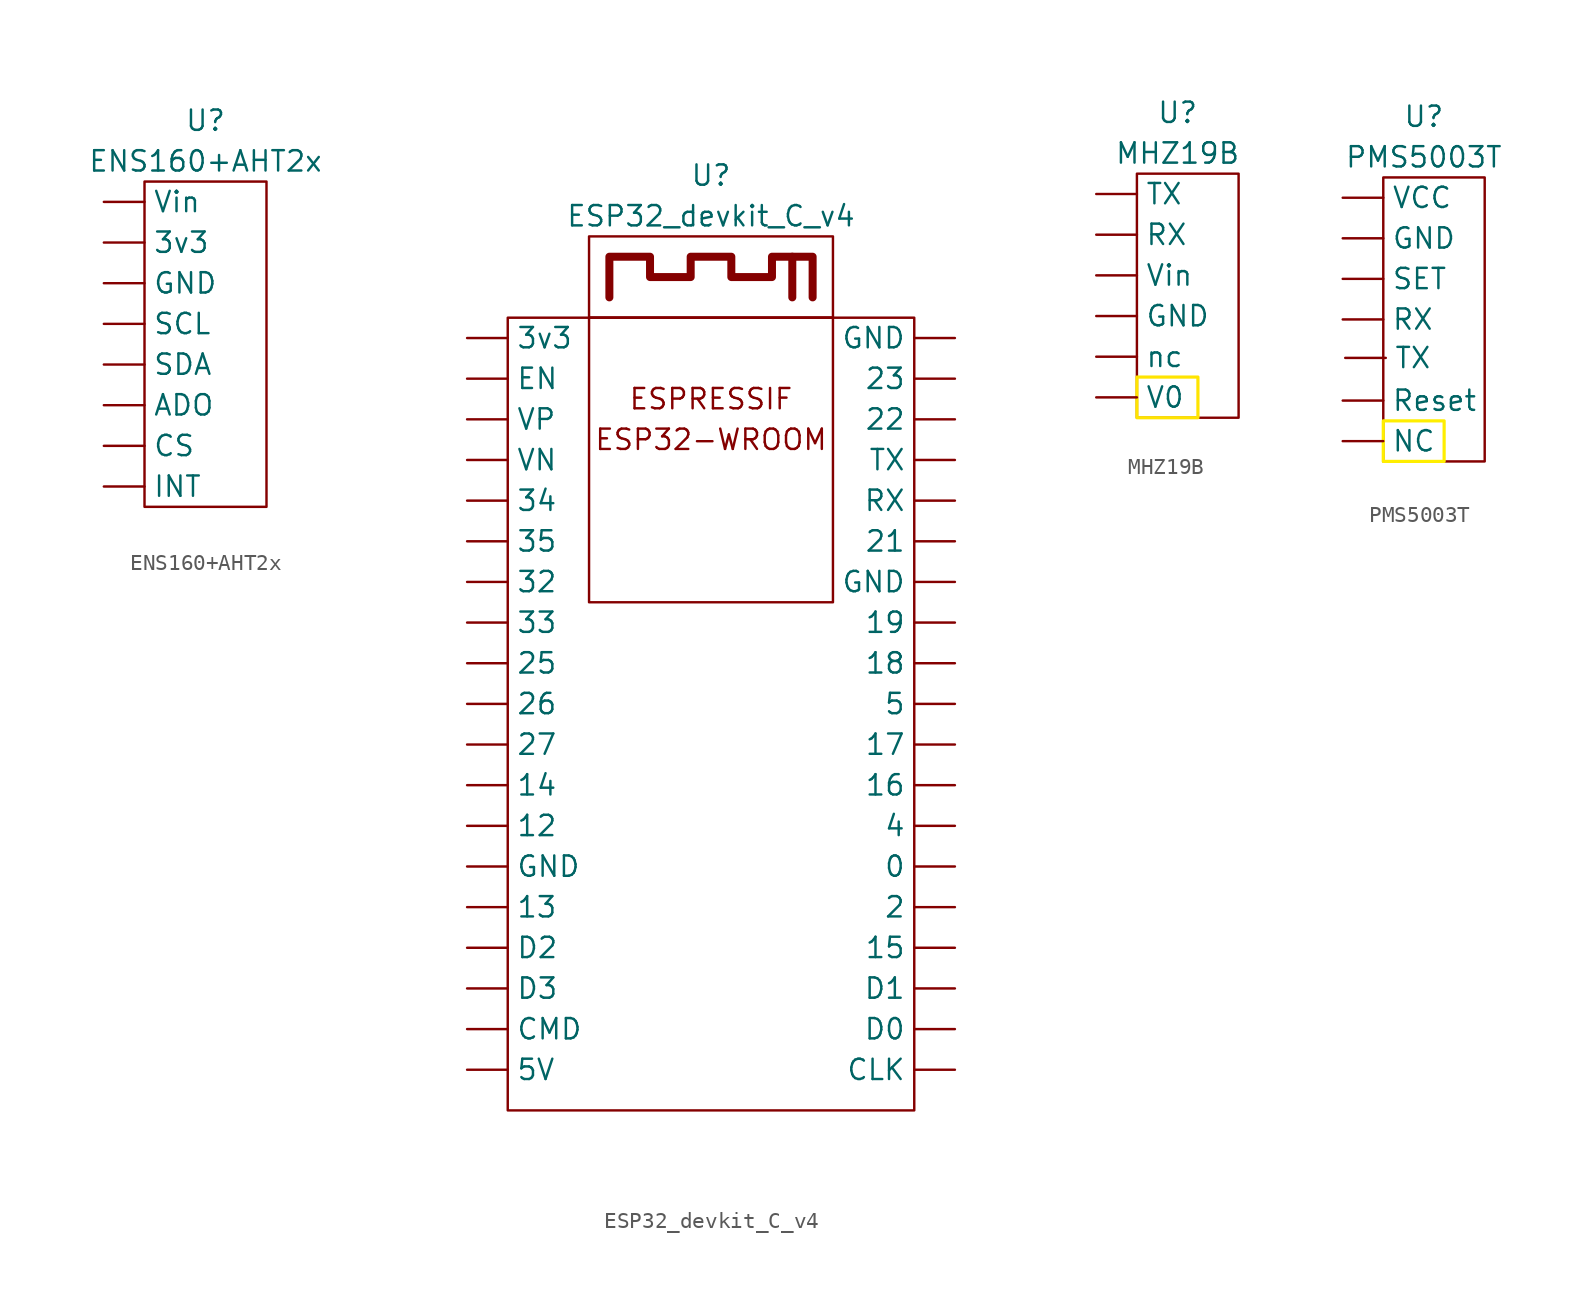
<source format=kicad_sym>
(kicad_symbol_lib
  (version 20220914)
  (generator kicad_symbol_editor)
  (symbol "ENS160+AHT2x"
    (property "Reference" "U"
      (at 0 13.97 0)
      (effects (font (size 1.27 1.27))))
    (property "Value" "ENS160+AHT2x"
      (at 0 11.43 0)
      (effects (font (size 1.27 1.27))))
    (symbol "ENS160+AHT2x_0_1"
      (rectangle (start -3.81 10.16) (end 3.81 -10.16) (stroke (width 0) (type default)) (fill (type none))))
    (symbol "ENS160+AHT2x_1_1"
      (pin input line (at -6.35 6.35 0) (length 2.54) (name "3v3" (effects (font (size 1.27 1.27)))) (number "" (effects (font (size 1.27 1.27)))))
      (pin input line (at -6.35 -3.81 0) (length 2.54) (name "ADO" (effects (font (size 1.27 1.27)))) (number "" (effects (font (size 1.27 1.27)))))
      (pin input line (at -6.35 -6.35 0) (length 2.54) (name "CS" (effects (font (size 1.27 1.27)))) (number "" (effects (font (size 1.27 1.27)))))
      (pin input line (at -6.35 3.81 0) (length 2.54) (name "GND" (effects (font (size 1.27 1.27)))) (number "" (effects (font (size 1.27 1.27)))))
      (pin input line (at -6.35 -8.89 0) (length 2.54) (name "INT" (effects (font (size 1.27 1.27)))) (number "" (effects (font (size 1.27 1.27)))))
      (pin input line (at -6.35 1.27 0) (length 2.54) (name "SCL" (effects (font (size 1.27 1.27)))) (number "" (effects (font (size 1.27 1.27)))))
      (pin input line (at -6.35 -1.27 0) (length 2.54) (name "SDA" (effects (font (size 1.27 1.27)))) (number "" (effects (font (size 1.27 1.27)))))
      (pin input line (at -6.35 8.89 0) (length 2.54) (name "Vin" (effects (font (size 1.27 1.27)))) (number "" (effects (font (size 1.27 1.27)))))))
  (symbol "ESP32_devkit_C_v4"
    (property "Reference" "U"
      (at 0 30.48 0)
      (effects (font (size 1.27 1.27))))
    (property "Value" "ESP32_devkit_C_v4"
      (at 0 27.94 0)
      (effects (font (size 1.27 1.27))))
    (symbol "ESP32_devkit_C_v4_0_1"
      (rectangle (start -12.7 21.59) (end 12.7 -27.94) (stroke (width 0) (type default)) (fill (type none)))
      (rectangle (start -7.62 21.59) (end 7.62 3.81) (stroke (width 0) (type default)) (fill (type none)))
      (rectangle (start -7.62 26.67) (end 7.62 21.59) (stroke (width 0) (type default)) (fill (type none))))
    (symbol "ESP32_devkit_C_v4_1_1"
      (polyline (pts (xy 5.08 25.4) (xy 6.35 25.4) (xy 6.35 22.86)) (stroke (width 0.5) (type default)) (fill (type none)))
      (polyline (pts (xy -6.35 22.86) (xy -6.35 25.4) (xy -3.81 25.4) (xy -3.81 24.13) (xy -1.27 24.13) (xy -1.27 25.4) (xy 1.27 25.4) (xy 1.27 24.13) (xy 3.81 24.13) (xy 3.81 25.4) (xy 5.08 25.4) (xy 5.08 22.86)) (stroke (width 0.5) (type default)) (fill (type none)))
      (text "ESP32-WROOM" (at 0 13.97 0) (effects (font (size 1.27 1.27))))
      (text "ESPRESSIF" (at 0 16.51 0) (effects (font (size 1.27 1.27))))
      (pin input line (at 15.24 -12.7 180) (length 2.54) (name "0" (effects (font (size 1.27 1.27)))) (number "" (effects (font (size 1.27 1.27)))))
      (pin input line (at -15.24 -10.16 0) (length 2.54) (name "12" (effects (font (size 1.27 1.27)))) (number "" (effects (font (size 1.27 1.27)))))
      (pin input line (at -15.24 -15.24 0) (length 2.54) (name "13" (effects (font (size 1.27 1.27)))) (number "" (effects (font (size 1.27 1.27)))))
      (pin input line (at -15.24 -7.62 0) (length 2.54) (name "14" (effects (font (size 1.27 1.27)))) (number "" (effects (font (size 1.27 1.27)))))
      (pin input line (at 15.24 -17.78 180) (length 2.54) (name "15" (effects (font (size 1.27 1.27)))) (number "" (effects (font (size 1.27 1.27)))))
      (pin input line (at 15.24 -7.62 180) (length 2.54) (name "16" (effects (font (size 1.27 1.27)))) (number "" (effects (font (size 1.27 1.27)))))
      (pin input line (at 15.24 -5.08 180) (length 2.54) (name "17" (effects (font (size 1.27 1.27)))) (number "" (effects (font (size 1.27 1.27)))))
      (pin input line (at 15.24 0 180) (length 2.54) (name "18" (effects (font (size 1.27 1.27)))) (number "" (effects (font (size 1.27 1.27)))))
      (pin input line (at 15.24 2.54 180) (length 2.54) (name "19" (effects (font (size 1.27 1.27)))) (number "" (effects (font (size 1.27 1.27)))))
      (pin input line (at 15.24 -15.24 180) (length 2.54) (name "2" (effects (font (size 1.27 1.27)))) (number "" (effects (font (size 1.27 1.27)))))
      (pin input line (at 15.24 7.62 180) (length 2.54) (name "21" (effects (font (size 1.27 1.27)))) (number "" (effects (font (size 1.27 1.27)))))
      (pin input line (at 15.24 15.24 180) (length 2.54) (name "22" (effects (font (size 1.27 1.27)))) (number "" (effects (font (size 1.27 1.27)))))
      (pin input line (at 15.24 17.78 180) (length 2.54) (name "23" (effects (font (size 1.27 1.27)))) (number "" (effects (font (size 1.27 1.27)))))
      (pin input line (at -15.24 0 0) (length 2.54) (name "25" (effects (font (size 1.27 1.27)))) (number "" (effects (font (size 1.27 1.27)))))
      (pin input line (at -15.24 -2.54 0) (length 2.54) (name "26" (effects (font (size 1.27 1.27)))) (number "" (effects (font (size 1.27 1.27)))))
      (pin input line (at -15.24 -5.08 0) (length 2.54) (name "27" (effects (font (size 1.27 1.27)))) (number "" (effects (font (size 1.27 1.27)))))
      (pin input line (at -15.24 5.08 0) (length 2.54) (name "32" (effects (font (size 1.27 1.27)))) (number "" (effects (font (size 1.27 1.27)))))
      (pin input line (at -15.24 2.54 0) (length 2.54) (name "33" (effects (font (size 1.27 1.27)))) (number "" (effects (font (size 1.27 1.27)))))
      (pin input line (at -15.24 10.16 0) (length 2.54) (name "34" (effects (font (size 1.27 1.27)))) (number "" (effects (font (size 1.27 1.27)))))
      (pin input line (at -15.24 7.62 0) (length 2.54) (name "35" (effects (font (size 1.27 1.27)))) (number "" (effects (font (size 1.27 1.27)))))
      (pin input line (at -15.24 20.32 0) (length 2.54) (name "3v3" (effects (font (size 1.27 1.27)))) (number "" (effects (font (size 1.27 1.27)))))
      (pin input line (at 15.24 -10.16 180) (length 2.54) (name "4" (effects (font (size 1.27 1.27)))) (number "" (effects (font (size 1.27 1.27)))))
      (pin input line (at 15.24 -2.54 180) (length 2.54) (name "5" (effects (font (size 1.27 1.27)))) (number "" (effects (font (size 1.27 1.27)))))
      (pin input line (at -15.24 -25.4 0) (length 2.54) (name "5V" (effects (font (size 1.27 1.27)))) (number "" (effects (font (size 1.27 1.27)))))
      (pin input line (at 15.24 -25.4 180) (length 2.54) (name "CLK" (effects (font (size 1.27 1.27)))) (number "" (effects (font (size 1.27 1.27)))))
      (pin input line (at -15.24 -22.86 0) (length 2.54) (name "CMD" (effects (font (size 1.27 1.27)))) (number "" (effects (font (size 1.27 1.27)))))
      (pin input line (at 15.24 -22.86 180) (length 2.54) (name "D0" (effects (font (size 1.27 1.27)))) (number "" (effects (font (size 1.27 1.27)))))
      (pin input line (at 15.24 -20.32 180) (length 2.54) (name "D1" (effects (font (size 1.27 1.27)))) (number "" (effects (font (size 1.27 1.27)))))
      (pin input line (at -15.24 -17.78 0) (length 2.54) (name "D2" (effects (font (size 1.27 1.27)))) (number "" (effects (font (size 1.27 1.27)))))
      (pin input line (at -15.24 -20.32 0) (length 2.54) (name "D3" (effects (font (size 1.27 1.27)))) (number "" (effects (font (size 1.27 1.27)))))
      (pin input line (at -15.24 17.78 0) (length 2.54) (name "EN" (effects (font (size 1.27 1.27)))) (number "" (effects (font (size 1.27 1.27)))))
      (pin input line (at -15.24 -12.7 0) (length 2.54) (name "GND" (effects (font (size 1.27 1.27)))) (number "" (effects (font (size 1.27 1.27)))))
      (pin input line (at 15.24 5.08 180) (length 2.54) (name "GND" (effects (font (size 1.27 1.27)))) (number "" (effects (font (size 1.27 1.27)))))
      (pin input line (at 15.24 20.32 180) (length 2.54) (name "GND" (effects (font (size 1.27 1.27)))) (number "" (effects (font (size 1.27 1.27)))))
      (pin input line (at 15.24 10.16 180) (length 2.54) (name "RX" (effects (font (size 1.27 1.27)))) (number "" (effects (font (size 1.27 1.27)))))
      (pin input line (at 15.24 12.7 180) (length 2.54) (name "TX" (effects (font (size 1.27 1.27)))) (number "" (effects (font (size 1.27 1.27)))))
      (pin input line (at -15.24 12.7 0) (length 2.54) (name "VN" (effects (font (size 1.27 1.27)))) (number "" (effects (font (size 1.27 1.27)))))
      (pin input line (at -15.24 15.24 0) (length 2.54) (name "VP" (effects (font (size 1.27 1.27)))) (number "" (effects (font (size 1.27 1.27)))))))
  (symbol "MHZ19B"
    (property "Reference" "U"
      (at 0 11.43 0)
      (effects (font (size 1.27 1.27))))
    (property "Value" "MHZ19B"
      (at 0 8.89 0)
      (effects (font (size 1.27 1.27))))
    (symbol "MHZ19B_0_1"
      (rectangle (start -2.54 7.62) (end 3.81 -7.62) (stroke (width 0) (type default)) (fill (type none))))
    (symbol "MHZ19B_1_1"
      (rectangle (start -2.54 -5.08) (end 1.27 -7.62) (stroke (width 0.2) (type default) (color 255 228 0 1)) (fill (type none)))
      (pin input line (at -5.08 -1.27 0) (length 2.54) (name "GND" (effects (font (size 1.27 1.27)))) (number "" (effects (font (size 1.27 1.27)))))
      (pin input line (at -5.08 3.81 0) (length 2.54) (name "RX" (effects (font (size 1.27 1.27)))) (number "" (effects (font (size 1.27 1.27)))))
      (pin input line (at -5.08 6.35 0) (length 2.54) (name "TX" (effects (font (size 1.27 1.27)))) (number "" (effects (font (size 1.27 1.27)))))
      (pin input line (at -5.08 -6.35 0) (length 2.54) (name "V0" (effects (font (size 1.27 1.27)))) (number "" (effects (font (size 1.27 1.27)))))
      (pin input line (at -5.08 1.27 0) (length 2.54) (name "Vin" (effects (font (size 1.27 1.27)))) (number "" (effects (font (size 1.27 1.27)))))
      (pin input line (at -5.08 -3.81 0) (length 2.54) (name "nc" (effects (font (size 1.27 1.27)))) (number "" (effects (font (size 1.27 1.27)))))))
  (symbol "PMS5003T"
    (property "Reference" "U"
      (at 0 12.7 0)
      (effects (font (size 1.27 1.27))))
    (property "Value" "PMS5003T"
      (at 0 10.16 0)
      (effects (font (size 1.27 1.27))))
    (symbol "PMS5003T_0_1"
      (rectangle (start -2.54 8.89) (end 3.81 -8.89) (stroke (width 0) (type default)) (fill (type none))))
    (symbol "PMS5003T_1_1"
      (rectangle (start -2.54 -6.35) (end 1.27 -8.89) (stroke (width 0.2) (type default) (color 255 238 0 1)) (fill (type none)))
      (pin input line (at -5.08 5.08 0) (length 2.54) (name "GND" (effects (font (size 1.27 1.27)))) (number "" (effects (font (size 1.27 1.27)))))
      (pin input line (at -5.08 -7.62 0) (length 2.54) (name "NC" (effects (font (size 1.27 1.27)))) (number "" (effects (font (size 1.27 1.27)))))
      (pin input line (at -5.08 0 0) (length 2.54) (name "RX" (effects (font (size 1.27 1.27)))) (number "" (effects (font (size 1.27 1.27)))))
      (pin input line (at -5.08 -5.08 0) (length 2.54) (name "Reset" (effects (font (size 1.27 1.27)))) (number "" (effects (font (size 1.27 1.27)))))
      (pin input line (at -5.08 2.54 0) (length 2.54) (name "SET" (effects (font (size 1.27 1.27)))) (number "" (effects (font (size 1.27 1.27)))))
      (pin input line (at -4.923 -2.408 0) (length 2.54) (name "TX" (effects (font (size 1.27 1.27)))) (number "" (effects (font (size 1.27 1.27)))))
      (pin input line (at -5.08 7.62 0) (length 2.54) (name "VCC" (effects (font (size 1.27 1.27)))) (number "" (effects (font (size 1.27 1.27))))))))
</source>
